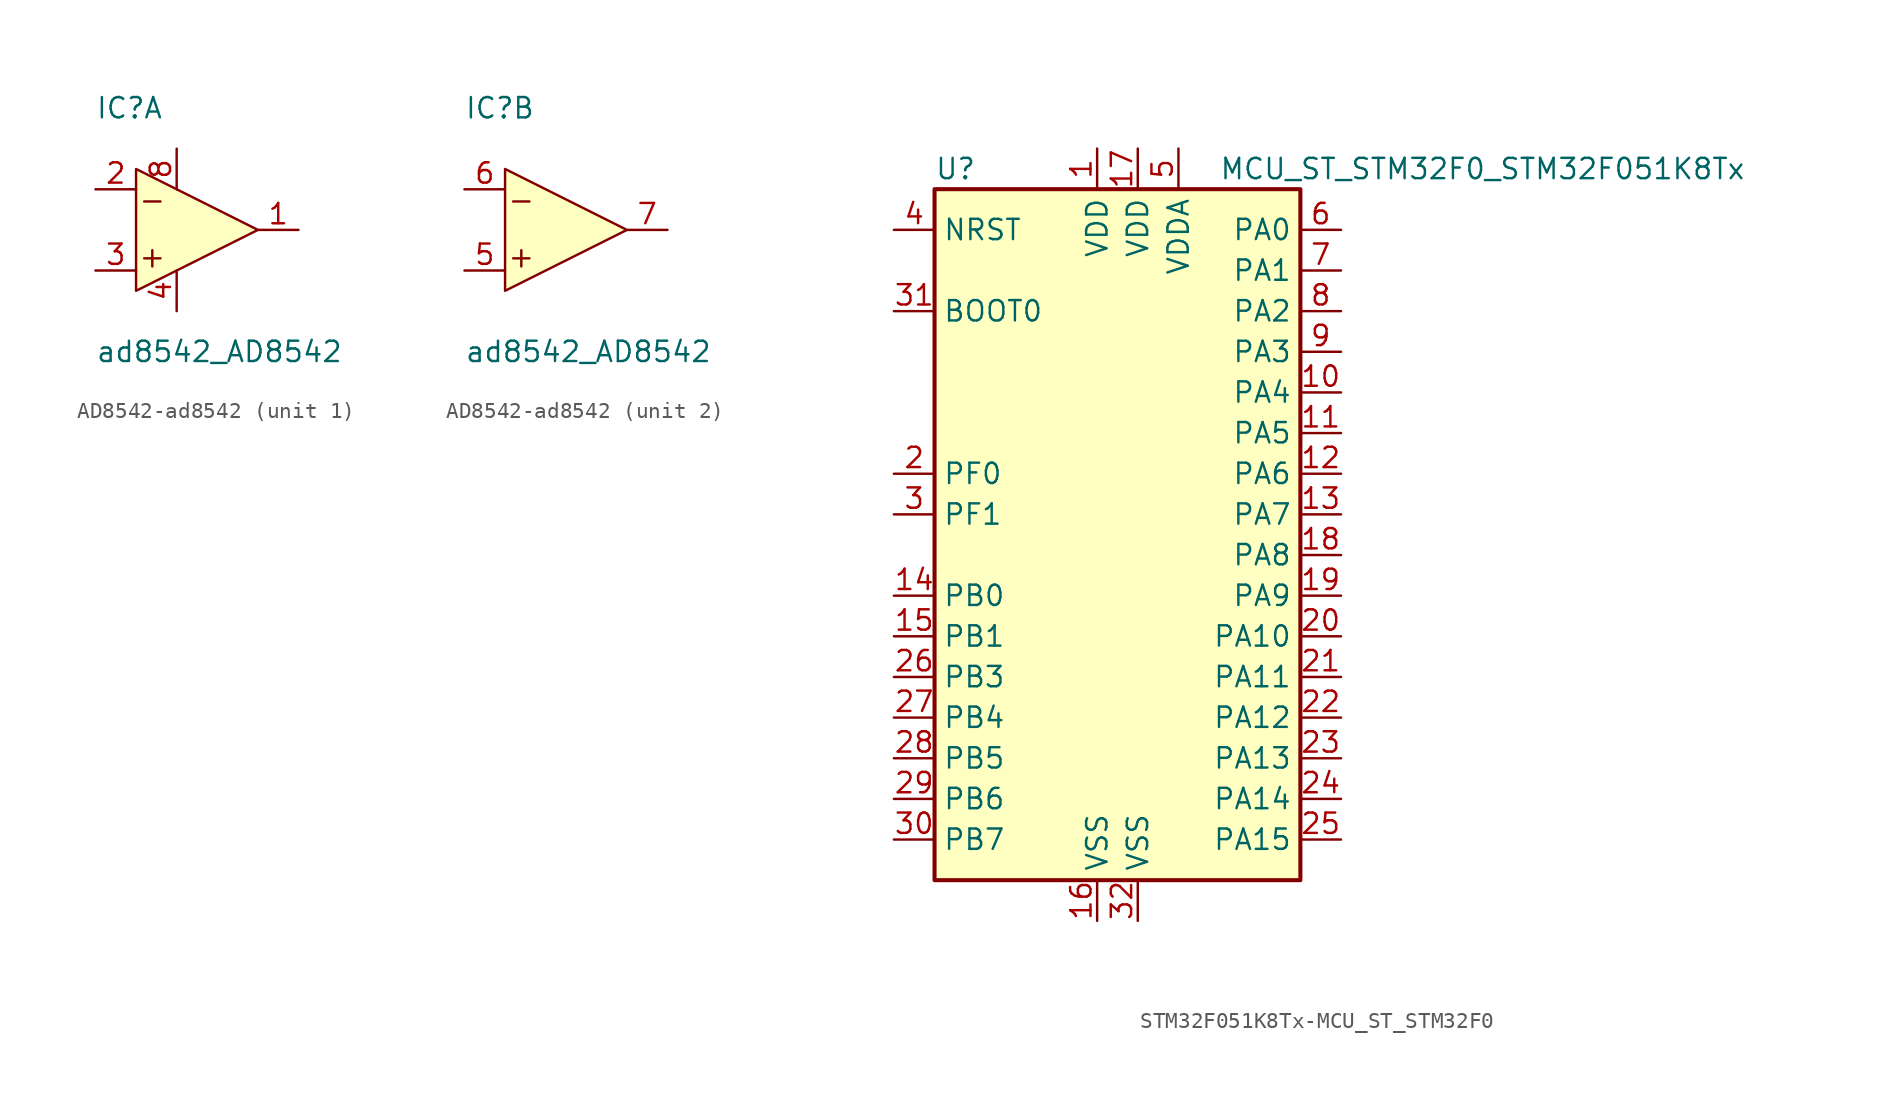
<source format=kicad_sym>
(kicad_symbol_lib
  (version 20220914)
  (generator kicad_symbol_editor)
  (symbol "AD8542-ad8542"
    (pin_names
      (offset 1.016) hide)
    (property "Reference" "IC"
      (at 0 7.62 0)
      (effects (font (size 1.27 1.27)) (justify left)))
    (property "Value" "ad8542_AD8542"
      (at 0 -7.62 0)
      (effects (font (size 1.27 1.27)) (justify left)))
    (symbol "AD8542-ad8542_0_1"
      (polyline (pts (xy 3.048 -1.778) (xy 4.064 -1.778)) (stroke (width 0) (type solid)) (fill (type none)))
      (polyline (pts (xy 3.048 1.778) (xy 4.064 1.778)) (stroke (width 0) (type solid)) (fill (type none)))
      (polyline (pts (xy 3.556 -1.27) (xy 3.556 -2.286)) (stroke (width 0) (type solid)) (fill (type none)))
      (polyline (pts (xy 2.54 3.81) (xy 2.54 -3.81) (xy 10.16 0) (xy 2.54 3.81)) (stroke (width 0) (type solid)) (fill (type background))))
    (symbol "AD8542-ad8542_1_1"
      (pin output line (at 12.7 0 180) (length 2.54) (name "OUTA" (effects (font (size 1.27 1.27)))) (number "1" (effects (font (size 1.27 1.27)))))
      (pin input line (at 0 2.54 0) (length 2.54) (name "-A" (effects (font (size 1.27 1.27)))) (number "2" (effects (font (size 1.27 1.27)))))
      (pin input line (at 0 -2.54 0) (length 2.54) (name "+A" (effects (font (size 1.27 1.27)))) (number "3" (effects (font (size 1.27 1.27)))))
      (pin power_in line (at 5.08 -5.08 90) (length 2.54) (name "V-" (effects (font (size 1.27 1.27)))) (number "4" (effects (font (size 1.27 1.27)))))
      (pin power_in line (at 5.08 5.08 270) (length 2.54) (name "V+" (effects (font (size 1.27 1.27)))) (number "8" (effects (font (size 1.27 1.27))))))
    (symbol "AD8542-ad8542_2_1"
      (pin input line (at 0 -2.54 0) (length 2.54) (name "+B" (effects (font (size 1.27 1.27)))) (number "5" (effects (font (size 1.27 1.27)))))
      (pin input line (at 0 2.54 0) (length 2.54) (name "-B" (effects (font (size 1.27 1.27)))) (number "6" (effects (font (size 1.27 1.27)))))
      (pin output line (at 12.7 0 180) (length 2.54) (name "OUTB" (effects (font (size 1.27 1.27)))) (number "7" (effects (font (size 1.27 1.27)))))))
  (symbol "STM32F051K8Tx-MCU_ST_STM32F0"
    (property "Reference" "U"
      (at -12.7 21.59 0)
      (effects (font (size 1.27 1.27)) (justify left)))
    (property "Value" "MCU_ST_STM32F0_STM32F051K8Tx"
      (at 5.08 21.59 0)
      (effects (font (size 1.27 1.27)) (justify left)))
    (symbol "STM32F051K8Tx-MCU_ST_STM32F0_0_1"
      (rectangle (start -12.7 -22.86) (end 10.16 20.32) (stroke (width 0.254) (type solid)) (fill (type background))))
    (symbol "STM32F051K8Tx-MCU_ST_STM32F0_1_1"
      (pin power_in line (at -2.54 22.86 270) (length 2.54) (name "VDD" (effects (font (size 1.27 1.27)))) (number "1" (effects (font (size 1.27 1.27)))))
      (pin bidirectional line (at 12.7 7.62 180) (length 2.54) (name "PA4" (effects (font (size 1.27 1.27)))) (number "10" (effects (font (size 1.27 1.27)))))
      (pin bidirectional line (at 12.7 5.08 180) (length 2.54) (name "PA5" (effects (font (size 1.27 1.27)))) (number "11" (effects (font (size 1.27 1.27)))))
      (pin bidirectional line (at 12.7 2.54 180) (length 2.54) (name "PA6" (effects (font (size 1.27 1.27)))) (number "12" (effects (font (size 1.27 1.27)))))
      (pin bidirectional line (at 12.7 0 180) (length 2.54) (name "PA7" (effects (font (size 1.27 1.27)))) (number "13" (effects (font (size 1.27 1.27)))))
      (pin bidirectional line (at -15.24 -5.08 0) (length 2.54) (name "PB0" (effects (font (size 1.27 1.27)))) (number "14" (effects (font (size 1.27 1.27)))))
      (pin bidirectional line (at -15.24 -7.62 0) (length 2.54) (name "PB1" (effects (font (size 1.27 1.27)))) (number "15" (effects (font (size 1.27 1.27)))))
      (pin power_in line (at -2.54 -25.4 90) (length 2.54) (name "VSS" (effects (font (size 1.27 1.27)))) (number "16" (effects (font (size 1.27 1.27)))))
      (pin power_in line (at 0 22.86 270) (length 2.54) (name "VDD" (effects (font (size 1.27 1.27)))) (number "17" (effects (font (size 1.27 1.27)))))
      (pin bidirectional line (at 12.7 -2.54 180) (length 2.54) (name "PA8" (effects (font (size 1.27 1.27)))) (number "18" (effects (font (size 1.27 1.27)))))
      (pin bidirectional line (at 12.7 -5.08 180) (length 2.54) (name "PA9" (effects (font (size 1.27 1.27)))) (number "19" (effects (font (size 1.27 1.27)))))
      (pin input line (at -15.24 2.54 0) (length 2.54) (name "PF0" (effects (font (size 1.27 1.27)))) (number "2" (effects (font (size 1.27 1.27)))))
      (pin bidirectional line (at 12.7 -7.62 180) (length 2.54) (name "PA10" (effects (font (size 1.27 1.27)))) (number "20" (effects (font (size 1.27 1.27)))))
      (pin bidirectional line (at 12.7 -10.16 180) (length 2.54) (name "PA11" (effects (font (size 1.27 1.27)))) (number "21" (effects (font (size 1.27 1.27)))))
      (pin bidirectional line (at 12.7 -12.7 180) (length 2.54) (name "PA12" (effects (font (size 1.27 1.27)))) (number "22" (effects (font (size 1.27 1.27)))))
      (pin bidirectional line (at 12.7 -15.24 180) (length 2.54) (name "PA13" (effects (font (size 1.27 1.27)))) (number "23" (effects (font (size 1.27 1.27)))))
      (pin bidirectional line (at 12.7 -17.78 180) (length 2.54) (name "PA14" (effects (font (size 1.27 1.27)))) (number "24" (effects (font (size 1.27 1.27)))))
      (pin bidirectional line (at 12.7 -20.32 180) (length 2.54) (name "PA15" (effects (font (size 1.27 1.27)))) (number "25" (effects (font (size 1.27 1.27)))))
      (pin bidirectional line (at -15.24 -10.16 0) (length 2.54) (name "PB3" (effects (font (size 1.27 1.27)))) (number "26" (effects (font (size 1.27 1.27)))))
      (pin bidirectional line (at -15.24 -12.7 0) (length 2.54) (name "PB4" (effects (font (size 1.27 1.27)))) (number "27" (effects (font (size 1.27 1.27)))))
      (pin bidirectional line (at -15.24 -15.24 0) (length 2.54) (name "PB5" (effects (font (size 1.27 1.27)))) (number "28" (effects (font (size 1.27 1.27)))))
      (pin bidirectional line (at -15.24 -17.78 0) (length 2.54) (name "PB6" (effects (font (size 1.27 1.27)))) (number "29" (effects (font (size 1.27 1.27)))))
      (pin input line (at -15.24 0 0) (length 2.54) (name "PF1" (effects (font (size 1.27 1.27)))) (number "3" (effects (font (size 1.27 1.27)))))
      (pin bidirectional line (at -15.24 -20.32 0) (length 2.54) (name "PB7" (effects (font (size 1.27 1.27)))) (number "30" (effects (font (size 1.27 1.27)))))
      (pin input line (at -15.24 12.7 0) (length 2.54) (name "BOOT0" (effects (font (size 1.27 1.27)))) (number "31" (effects (font (size 1.27 1.27)))))
      (pin power_in line (at 0 -25.4 90) (length 2.54) (name "VSS" (effects (font (size 1.27 1.27)))) (number "32" (effects (font (size 1.27 1.27)))))
      (pin input line (at -15.24 17.78 0) (length 2.54) (name "NRST" (effects (font (size 1.27 1.27)))) (number "4" (effects (font (size 1.27 1.27)))))
      (pin power_in line (at 2.54 22.86 270) (length 2.54) (name "VDDA" (effects (font (size 1.27 1.27)))) (number "5" (effects (font (size 1.27 1.27)))))
      (pin bidirectional line (at 12.7 17.78 180) (length 2.54) (name "PA0" (effects (font (size 1.27 1.27)))) (number "6" (effects (font (size 1.27 1.27)))))
      (pin bidirectional line (at 12.7 15.24 180) (length 2.54) (name "PA1" (effects (font (size 1.27 1.27)))) (number "7" (effects (font (size 1.27 1.27)))))
      (pin bidirectional line (at 12.7 12.7 180) (length 2.54) (name "PA2" (effects (font (size 1.27 1.27)))) (number "8" (effects (font (size 1.27 1.27)))))
      (pin bidirectional line (at 12.7 10.16 180) (length 2.54) (name "PA3" (effects (font (size 1.27 1.27)))) (number "9" (effects (font (size 1.27 1.27))))))))
</source>
